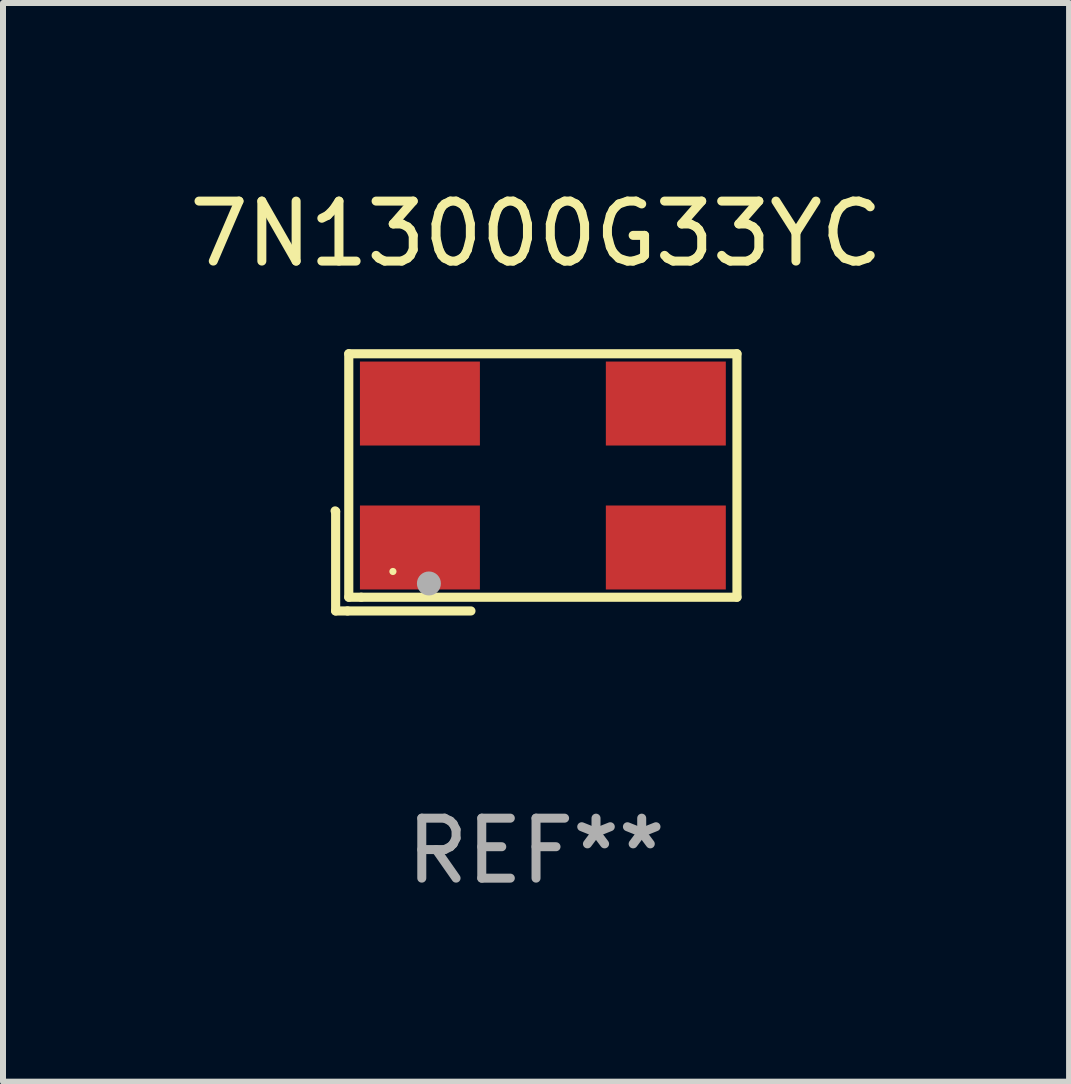
<source format=kicad_pcb>
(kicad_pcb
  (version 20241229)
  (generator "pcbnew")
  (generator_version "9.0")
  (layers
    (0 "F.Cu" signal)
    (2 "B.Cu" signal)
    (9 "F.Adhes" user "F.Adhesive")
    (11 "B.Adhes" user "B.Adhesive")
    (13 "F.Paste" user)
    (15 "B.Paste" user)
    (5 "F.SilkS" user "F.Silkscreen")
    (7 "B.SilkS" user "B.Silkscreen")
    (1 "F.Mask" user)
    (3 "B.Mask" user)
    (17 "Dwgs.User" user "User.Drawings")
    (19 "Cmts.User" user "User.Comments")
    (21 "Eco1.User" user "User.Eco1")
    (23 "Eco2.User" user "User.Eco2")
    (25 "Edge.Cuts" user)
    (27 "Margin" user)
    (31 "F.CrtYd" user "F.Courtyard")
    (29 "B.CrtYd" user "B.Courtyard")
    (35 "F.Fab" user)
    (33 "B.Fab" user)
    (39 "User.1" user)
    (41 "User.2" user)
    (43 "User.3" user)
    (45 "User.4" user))
  (footprint "7N13000G33YC"
    (layer "F.Cu")
    (at 5.887 4.992)
    (property "Reference" "7N13000G33YC" (at 0 -4.144 0) (layer "F.SilkS") (effects (font (size 1 1) (thickness 0.15))))
    (attr through_hole)
    (fp_line (start -3.35 0.476) (end -3.341 0.485) (stroke (width 0.152) (type solid)) (layer "F.SilkS"))
    (fp_line (start -3.341 0.485) (end -3.341 2.144) (stroke (width 0.152) (type solid)) (layer "F.SilkS"))
    (fp_line (start -3.341 2.144) (end -3.143 2.144) (stroke (width 0.152) (type solid)) (layer "F.SilkS"))
    (fp_line (start -3.143 2.144) (end -1.085 2.144) (stroke (width 0.152) (type solid)) (layer "F.SilkS"))
    (fp_line (start -3.122 -2.144) (end 3.35 -2.144) (stroke (width 0.152) (type solid)) (layer "F.SilkS"))
    (fp_line (start -3.122 1.915) (end -3.122 -2.144) (stroke (width 0.152) (type solid)) (layer "F.SilkS"))
    (fp_line (start -2.914 1.915) (end -3.122 1.915) (stroke (width 0.152) (type solid)) (layer "F.SilkS"))
    (fp_line (start 3.35 -2.144) (end 3.35 1.915) (stroke (width 0.152) (type solid)) (layer "F.SilkS"))
    (fp_line (start 3.35 1.915) (end -2.914 1.915) (stroke (width 0.152) (type solid)) (layer "F.SilkS"))
    (fp_circle (center -2.386 1.486) (end -2.356 1.486) (stroke (width 0.06) (type solid)) (fill no) (layer "F.SilkS"))
    (fp_circle (center -1.786 1.686) (end -1.686 1.686) (stroke (width 0.2) (type solid)) (fill no) (layer "F.Fab"))
    (fp_text user "REF**" (at 0 6.144 0) (layer "F.Fab") (effects (font (size 1 1) (thickness 0.15))))
    (pad "1" smd rect (at -1.936 1.086) (size 2 1.4) (layers "F.Cu" "F.Mask" "F.Paste"))
    (pad "2" smd rect (at 2.164 1.086) (size 2 1.4) (layers "F.Cu" "F.Mask" "F.Paste"))
    (pad "3" smd rect (at 2.164 -1.314) (size 2 1.4) (layers "F.Cu" "F.Mask" "F.Paste"))
    (pad "4" smd rect (at -1.936 -1.314) (size 2 1.4) (layers "F.Cu" "F.Mask" "F.Paste")))
  (gr_rect
    (start -3 -3)
    (end 14.774 14.984)
    (stroke (width 0.1) (type default))
    (fill no)
    (layer "Edge.Cuts")))
</source>
